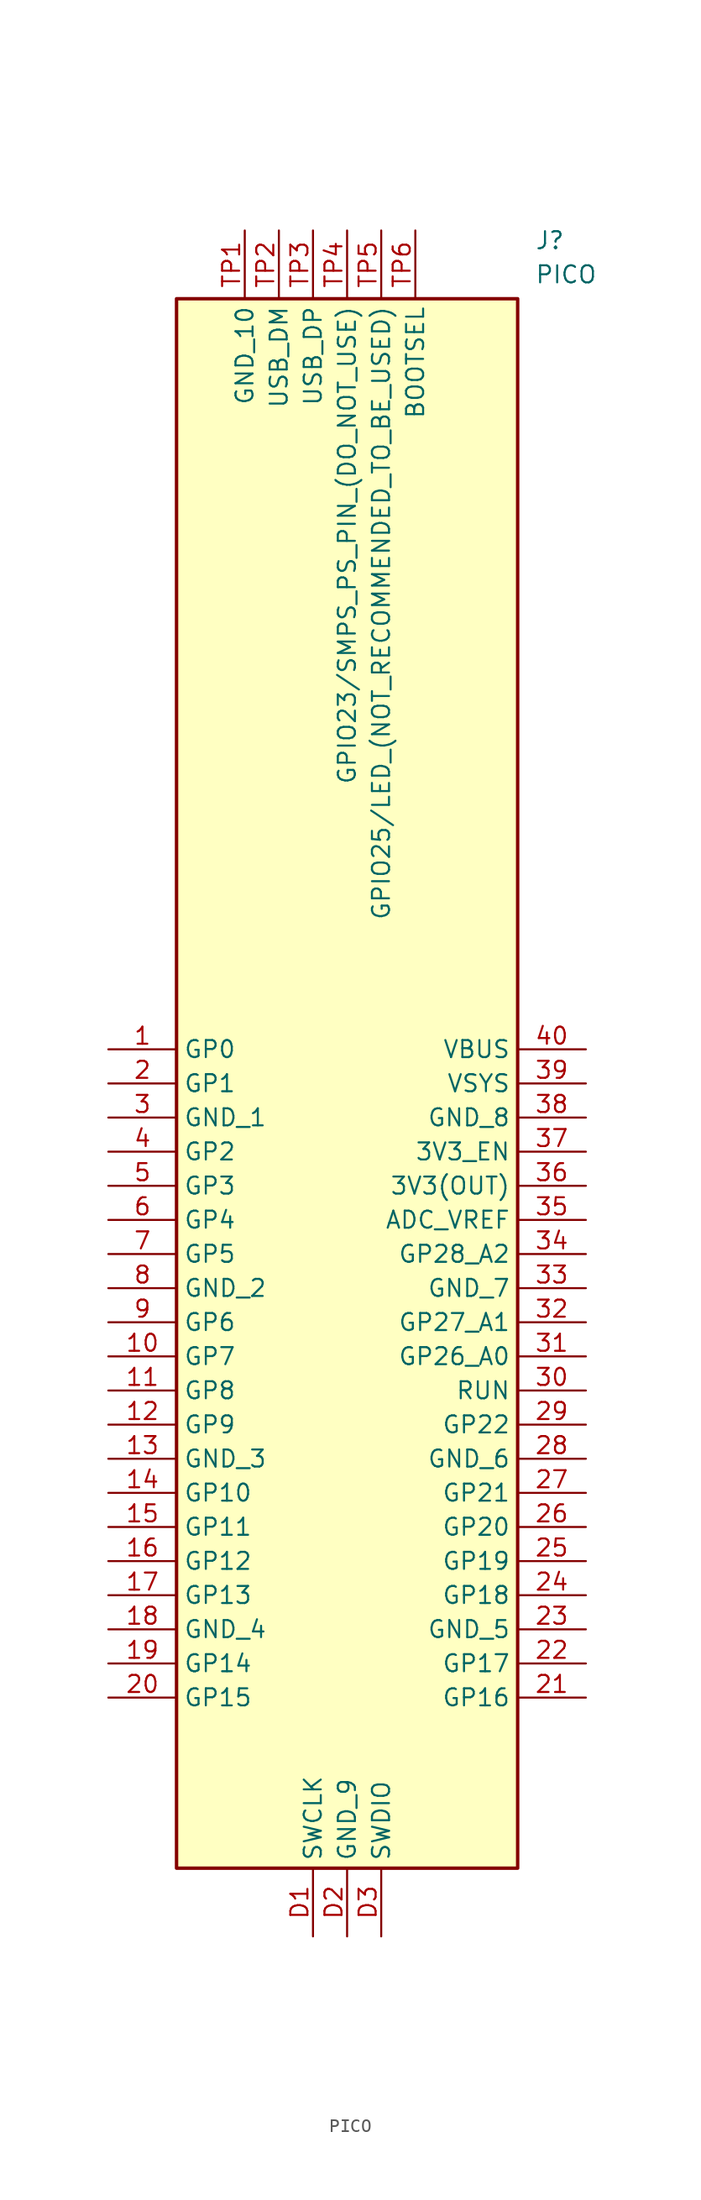
<source format=kicad_sym>
(kicad_symbol_lib
  (version 20211014)
  (generator SamacSys_ECAD_Model)
  (symbol "PICO"
    (property "Reference" "J"
      (at 31.75 60.96 0)
      (effects (font (size 1.27 1.27)) (justify left top)))
    (property "Value" "PICO"
      (at 31.75 58.42 0)
      (effects (font (size 1.27 1.27)) (justify left top)))
    (rectangle
      (start 5.08 55.88)
      (end 30.48 -60.96)
      (stroke (width 0.254) (type default))
      (fill (type background)))
    (pin passive line
      (at 0 0 0)
      (length 5.08)
      (name "GP0" (effects (font (size 1.27 1.27))))
      (number "1" (effects (font (size 1.27 1.27)))))
    (pin passive line
      (at 0 -2.54 0)
      (length 5.08)
      (name "GP1" (effects (font (size 1.27 1.27))))
      (number "2" (effects (font (size 1.27 1.27)))))
    (pin passive line
      (at 0 -5.08 0)
      (length 5.08)
      (name "GND_1" (effects (font (size 1.27 1.27))))
      (number "3" (effects (font (size 1.27 1.27)))))
    (pin passive line
      (at 0 -7.62 0)
      (length 5.08)
      (name "GP2" (effects (font (size 1.27 1.27))))
      (number "4" (effects (font (size 1.27 1.27)))))
    (pin passive line
      (at 0 -10.16 0)
      (length 5.08)
      (name "GP3" (effects (font (size 1.27 1.27))))
      (number "5" (effects (font (size 1.27 1.27)))))
    (pin passive line
      (at 0 -12.7 0)
      (length 5.08)
      (name "GP4" (effects (font (size 1.27 1.27))))
      (number "6" (effects (font (size 1.27 1.27)))))
    (pin passive line
      (at 0 -15.24 0)
      (length 5.08)
      (name "GP5" (effects (font (size 1.27 1.27))))
      (number "7" (effects (font (size 1.27 1.27)))))
    (pin passive line
      (at 0 -17.78 0)
      (length 5.08)
      (name "GND_2" (effects (font (size 1.27 1.27))))
      (number "8" (effects (font (size 1.27 1.27)))))
    (pin passive line
      (at 0 -20.32 0)
      (length 5.08)
      (name "GP6" (effects (font (size 1.27 1.27))))
      (number "9" (effects (font (size 1.27 1.27)))))
    (pin passive line
      (at 0 -22.86 0)
      (length 5.08)
      (name "GP7" (effects (font (size 1.27 1.27))))
      (number "10" (effects (font (size 1.27 1.27)))))
    (pin passive line
      (at 0 -25.4 0)
      (length 5.08)
      (name "GP8" (effects (font (size 1.27 1.27))))
      (number "11" (effects (font (size 1.27 1.27)))))
    (pin passive line
      (at 0 -27.94 0)
      (length 5.08)
      (name "GP9" (effects (font (size 1.27 1.27))))
      (number "12" (effects (font (size 1.27 1.27)))))
    (pin passive line
      (at 0 -30.48 0)
      (length 5.08)
      (name "GND_3" (effects (font (size 1.27 1.27))))
      (number "13" (effects (font (size 1.27 1.27)))))
    (pin passive line
      (at 0 -33.02 0)
      (length 5.08)
      (name "GP10" (effects (font (size 1.27 1.27))))
      (number "14" (effects (font (size 1.27 1.27)))))
    (pin passive line
      (at 0 -35.56 0)
      (length 5.08)
      (name "GP11" (effects (font (size 1.27 1.27))))
      (number "15" (effects (font (size 1.27 1.27)))))
    (pin passive line
      (at 0 -38.1 0)
      (length 5.08)
      (name "GP12" (effects (font (size 1.27 1.27))))
      (number "16" (effects (font (size 1.27 1.27)))))
    (pin passive line
      (at 0 -40.64 0)
      (length 5.08)
      (name "GP13" (effects (font (size 1.27 1.27))))
      (number "17" (effects (font (size 1.27 1.27)))))
    (pin passive line
      (at 0 -43.18 0)
      (length 5.08)
      (name "GND_4" (effects (font (size 1.27 1.27))))
      (number "18" (effects (font (size 1.27 1.27)))))
    (pin passive line
      (at 0 -45.72 0)
      (length 5.08)
      (name "GP14" (effects (font (size 1.27 1.27))))
      (number "19" (effects (font (size 1.27 1.27)))))
    (pin passive line
      (at 0 -48.26 0)
      (length 5.08)
      (name "GP15" (effects (font (size 1.27 1.27))))
      (number "20" (effects (font (size 1.27 1.27)))))
    (pin passive line
      (at 35.56 -48.26 180)
      (length 5.08)
      (name "GP16" (effects (font (size 1.27 1.27))))
      (number "21" (effects (font (size 1.27 1.27)))))
    (pin passive line
      (at 35.56 -45.72 180)
      (length 5.08)
      (name "GP17" (effects (font (size 1.27 1.27))))
      (number "22" (effects (font (size 1.27 1.27)))))
    (pin passive line
      (at 35.56 -43.18 180)
      (length 5.08)
      (name "GND_5" (effects (font (size 1.27 1.27))))
      (number "23" (effects (font (size 1.27 1.27)))))
    (pin passive line
      (at 35.56 -40.64 180)
      (length 5.08)
      (name "GP18" (effects (font (size 1.27 1.27))))
      (number "24" (effects (font (size 1.27 1.27)))))
    (pin passive line
      (at 35.56 -38.1 180)
      (length 5.08)
      (name "GP19" (effects (font (size 1.27 1.27))))
      (number "25" (effects (font (size 1.27 1.27)))))
    (pin passive line
      (at 35.56 -35.56 180)
      (length 5.08)
      (name "GP20" (effects (font (size 1.27 1.27))))
      (number "26" (effects (font (size 1.27 1.27)))))
    (pin passive line
      (at 35.56 -33.02 180)
      (length 5.08)
      (name "GP21" (effects (font (size 1.27 1.27))))
      (number "27" (effects (font (size 1.27 1.27)))))
    (pin passive line
      (at 35.56 -30.48 180)
      (length 5.08)
      (name "GND_6" (effects (font (size 1.27 1.27))))
      (number "28" (effects (font (size 1.27 1.27)))))
    (pin passive line
      (at 35.56 -27.94 180)
      (length 5.08)
      (name "GP22" (effects (font (size 1.27 1.27))))
      (number "29" (effects (font (size 1.27 1.27)))))
    (pin passive line
      (at 35.56 -25.4 180)
      (length 5.08)
      (name "RUN" (effects (font (size 1.27 1.27))))
      (number "30" (effects (font (size 1.27 1.27)))))
    (pin passive line
      (at 35.56 -22.86 180)
      (length 5.08)
      (name "GP26_A0" (effects (font (size 1.27 1.27))))
      (number "31" (effects (font (size 1.27 1.27)))))
    (pin passive line
      (at 35.56 -20.32 180)
      (length 5.08)
      (name "GP27_A1" (effects (font (size 1.27 1.27))))
      (number "32" (effects (font (size 1.27 1.27)))))
    (pin passive line
      (at 35.56 -17.78 180)
      (length 5.08)
      (name "GND_7" (effects (font (size 1.27 1.27))))
      (number "33" (effects (font (size 1.27 1.27)))))
    (pin passive line
      (at 35.56 -15.24 180)
      (length 5.08)
      (name "GP28_A2" (effects (font (size 1.27 1.27))))
      (number "34" (effects (font (size 1.27 1.27)))))
    (pin passive line
      (at 35.56 -12.7 180)
      (length 5.08)
      (name "ADC_VREF" (effects (font (size 1.27 1.27))))
      (number "35" (effects (font (size 1.27 1.27)))))
    (pin passive line
      (at 35.56 -10.16 180)
      (length 5.08)
      (name "3V3(OUT)" (effects (font (size 1.27 1.27))))
      (number "36" (effects (font (size 1.27 1.27)))))
    (pin passive line
      (at 35.56 -7.62 180)
      (length 5.08)
      (name "3V3_EN" (effects (font (size 1.27 1.27))))
      (number "37" (effects (font (size 1.27 1.27)))))
    (pin passive line
      (at 35.56 -5.08 180)
      (length 5.08)
      (name "GND_8" (effects (font (size 1.27 1.27))))
      (number "38" (effects (font (size 1.27 1.27)))))
    (pin passive line
      (at 35.56 -2.54 180)
      (length 5.08)
      (name "VSYS" (effects (font (size 1.27 1.27))))
      (number "39" (effects (font (size 1.27 1.27)))))
    (pin passive line
      (at 35.56 0 180)
      (length 5.08)
      (name "VBUS" (effects (font (size 1.27 1.27))))
      (number "40" (effects (font (size 1.27 1.27)))))
    (pin passive line
      (at 15.24 -66.04 90)
      (length 5.08)
      (name "SWCLK" (effects (font (size 1.27 1.27))))
      (number "D1" (effects (font (size 1.27 1.27)))))
    (pin passive line
      (at 17.78 -66.04 90)
      (length 5.08)
      (name "GND_9" (effects (font (size 1.27 1.27))))
      (number "D2" (effects (font (size 1.27 1.27)))))
    (pin passive line
      (at 20.32 -66.04 90)
      (length 5.08)
      (name "SWDIO" (effects (font (size 1.27 1.27))))
      (number "D3" (effects (font (size 1.27 1.27)))))
    (pin passive line
      (at 10.16 60.96 270)
      (length 5.08)
      (name "GND_10" (effects (font (size 1.27 1.27))))
      (number "TP1" (effects (font (size 1.27 1.27)))))
    (pin passive line
      (at 12.7 60.96 270)
      (length 5.08)
      (name "USB_DM" (effects (font (size 1.27 1.27))))
      (number "TP2" (effects (font (size 1.27 1.27)))))
    (pin passive line
      (at 15.24 60.96 270)
      (length 5.08)
      (name "USB_DP" (effects (font (size 1.27 1.27))))
      (number "TP3" (effects (font (size 1.27 1.27)))))
    (pin passive line
      (at 17.78 60.96 270)
      (length 5.08)
      (name "GPIO23/SMPS_PS_PIN_(DO_NOT_USE)" (effects (font (size 1.27 1.27))))
      (number "TP4" (effects (font (size 1.27 1.27)))))
    (pin passive line
      (at 20.32 60.96 270)
      (length 5.08)
      (name "GPIO25/LED_(NOT_RECOMMENDED_TO_BE_USED)" (effects (font (size 1.27 1.27))))
      (number "TP5" (effects (font (size 1.27 1.27)))))
    (pin passive line
      (at 22.86 60.96 270)
      (length 5.08)
      (name "BOOTSEL" (effects (font (size 1.27 1.27))))
      (number "TP6" (effects (font (size 1.27 1.27)))))))
</source>
